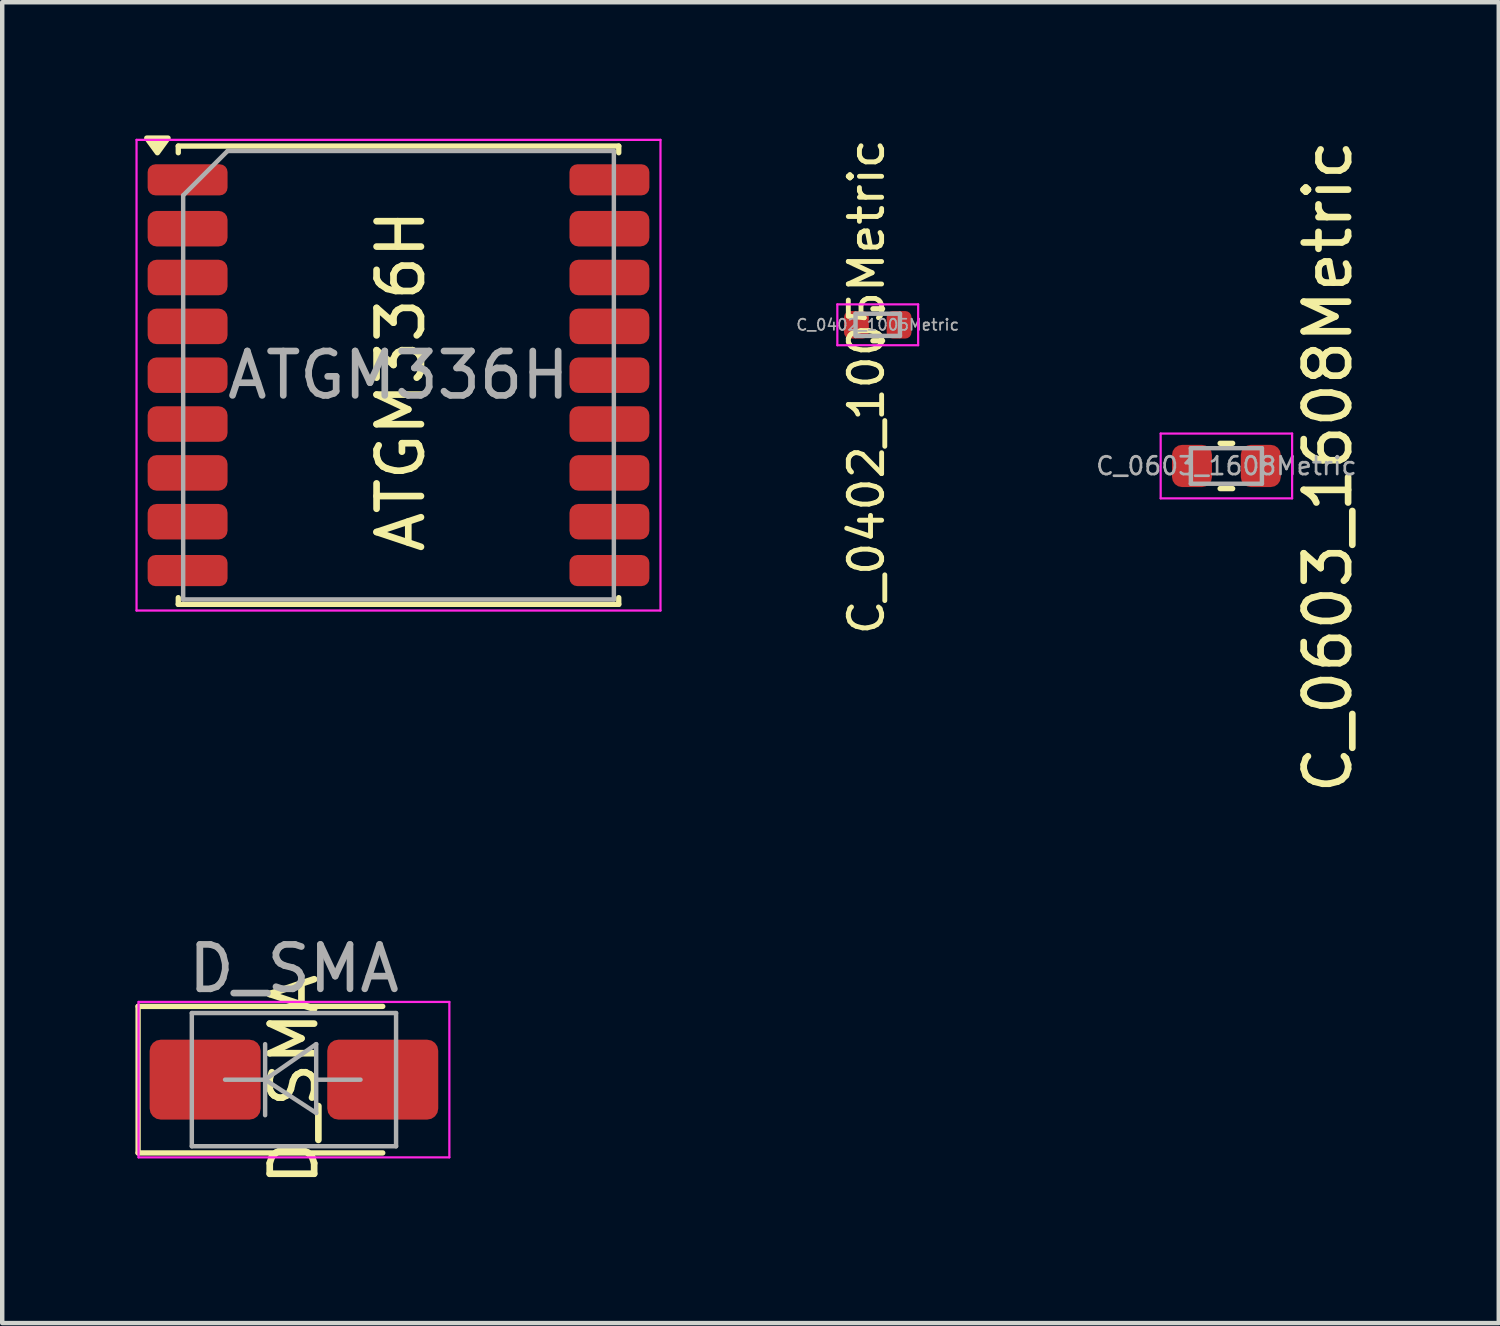
<source format=kicad_pcb>
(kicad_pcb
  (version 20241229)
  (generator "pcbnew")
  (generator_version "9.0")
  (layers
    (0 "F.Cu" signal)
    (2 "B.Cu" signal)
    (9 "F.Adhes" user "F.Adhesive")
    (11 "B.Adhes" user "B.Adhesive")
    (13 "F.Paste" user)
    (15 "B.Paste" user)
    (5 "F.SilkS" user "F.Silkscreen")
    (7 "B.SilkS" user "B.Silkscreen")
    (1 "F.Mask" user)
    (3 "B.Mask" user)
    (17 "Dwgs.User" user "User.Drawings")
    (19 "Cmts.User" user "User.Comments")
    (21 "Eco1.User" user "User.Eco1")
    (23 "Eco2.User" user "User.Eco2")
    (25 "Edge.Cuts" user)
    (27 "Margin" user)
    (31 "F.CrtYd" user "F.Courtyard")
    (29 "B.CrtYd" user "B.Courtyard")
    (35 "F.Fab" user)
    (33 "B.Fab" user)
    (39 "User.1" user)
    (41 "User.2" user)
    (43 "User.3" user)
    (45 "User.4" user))
  (footprint "C_0603_1608Metric"
    (layer "F.Cu")
    (at 24.57 7.444)
    (property "Reference" "C_0603_1608Metric" (at 2.286 0.014 90) (layer "F.SilkS") (effects (font (size 1 1) (thickness 0.15))))
    (attr smd)
    (fp_line (start -0.141 -0.51) (end 0.141 -0.51) (stroke (width 0.12) (type solid)) (layer "F.SilkS"))
    (fp_line (start -0.141 0.51) (end 0.141 0.51) (stroke (width 0.12) (type solid)) (layer "F.SilkS"))
    (fp_line (start -1.48 -0.73) (end 1.48 -0.73) (stroke (width 0.05) (type solid)) (layer "F.CrtYd"))
    (fp_line (start -1.48 0.73) (end -1.48 -0.73) (stroke (width 0.05) (type solid)) (layer "F.CrtYd"))
    (fp_line (start 1.48 -0.73) (end 1.48 0.73) (stroke (width 0.05) (type solid)) (layer "F.CrtYd"))
    (fp_line (start 1.48 0.73) (end -1.48 0.73) (stroke (width 0.05) (type solid)) (layer "F.CrtYd"))
    (fp_line (start -0.8 -0.4) (end 0.8 -0.4) (stroke (width 0.1) (type solid)) (layer "F.Fab"))
    (fp_line (start -0.8 0.4) (end -0.8 -0.4) (stroke (width 0.1) (type solid)) (layer "F.Fab"))
    (fp_line (start 0.8 -0.4) (end 0.8 0.4) (stroke (width 0.1) (type solid)) (layer "F.Fab"))
    (fp_line (start 0.8 0.4) (end -0.8 0.4) (stroke (width 0.1) (type solid)) (layer "F.Fab"))
    (fp_text user "${REFERENCE}" (at 0 0 0) (layer "F.Fab") (effects (font (size 0.4 0.4) (thickness 0.06))))
    (pad "1" smd roundrect (at -0.775 0) (size 0.9 0.95) (layers "F.Cu" "F.Mask" "F.Paste") (roundrect_rratio 0.25))
    (pad "2" smd roundrect (at 0.775 0) (size 0.9 0.95) (layers "F.Cu" "F.Mask" "F.Paste") (roundrect_rratio 0.25)))
  (footprint "C_0402_1005Metric"
    (layer "F.Cu")
    (at 16.718 4.265)
    (property "Reference" "C_0402_1005Metric" (at -0.254 1.397 270) (layer "F.SilkS") (effects (font (size 0.75 0.76) (thickness 0.11))))
    (attr smd)
    (fp_line (start -0.108 -0.36) (end 0.108 -0.36) (stroke (width 0.12) (type solid)) (layer "F.SilkS"))
    (fp_line (start -0.108 0.36) (end 0.108 0.36) (stroke (width 0.12) (type solid)) (layer "F.SilkS"))
    (fp_line (start -0.91 -0.46) (end 0.91 -0.46) (stroke (width 0.05) (type solid)) (layer "F.CrtYd"))
    (fp_line (start -0.91 0.46) (end -0.91 -0.46) (stroke (width 0.05) (type solid)) (layer "F.CrtYd"))
    (fp_line (start 0.91 -0.46) (end 0.91 0.46) (stroke (width 0.05) (type solid)) (layer "F.CrtYd"))
    (fp_line (start 0.91 0.46) (end -0.91 0.46) (stroke (width 0.05) (type solid)) (layer "F.CrtYd"))
    (fp_line (start -0.5 -0.25) (end 0.5 -0.25) (stroke (width 0.1) (type solid)) (layer "F.Fab"))
    (fp_line (start -0.5 0.25) (end -0.5 -0.25) (stroke (width 0.1) (type solid)) (layer "F.Fab"))
    (fp_line (start 0.5 -0.25) (end 0.5 0.25) (stroke (width 0.1) (type solid)) (layer "F.Fab"))
    (fp_line (start 0.5 0.25) (end -0.5 0.25) (stroke (width 0.1) (type solid)) (layer "F.Fab"))
    (fp_text user "${REFERENCE}" (at 0 0 180) (layer "F.Fab") (effects (font (size 0.25 0.25) (thickness 0.04))))
    (pad "1" smd roundrect (at -0.48 0) (size 0.56 0.62) (layers "F.Cu" "F.Mask" "F.Paste") (roundrect_rratio 0.25))
    (pad "2" smd roundrect (at 0.48 0) (size 0.56 0.62) (layers "F.Cu" "F.Mask" "F.Paste") (roundrect_rratio 0.25)))
  (footprint "ATGM336H"
    (layer "F.Cu")
    (at 5.925 5.4)
    (property "Reference" "ATGM336H" (at 0.051 0.127 270) (layer "F.SilkS") (effects (font (size 1 1) (thickness 0.15))))
    (attr smd)
    (fp_line (start -4.96 -5.16) (end -4.96 -5.01) (stroke (width 0.12) (type solid)) (layer "F.SilkS"))
    (fp_line (start -4.96 -5.16) (end 4.96 -5.16) (stroke (width 0.12) (type solid)) (layer "F.SilkS"))
    (fp_line (start -4.96 5.01) (end -4.96 5.16) (stroke (width 0.12) (type solid)) (layer "F.SilkS"))
    (fp_line (start -4.96 5.16) (end 4.96 5.16) (stroke (width 0.12) (type solid)) (layer "F.SilkS"))
    (fp_line (start 4.96 -5.16) (end 4.96 -5.01) (stroke (width 0.12) (type solid)) (layer "F.SilkS"))
    (fp_line (start 4.96 5.01) (end 4.96 5.16) (stroke (width 0.12) (type solid)) (layer "F.SilkS"))
    (fp_poly (pts (xy -5.43 -5.01) (xy -5.67 -5.34) (xy -5.19 -5.34) (xy -5.43 -5.01)) (stroke (width 0.12) (type solid)) (fill yes) (layer "F.SilkS"))
    (fp_line (start -5.9 -5.3) (end -5.9 5.3) (stroke (width 0.05) (type solid)) (layer "F.CrtYd"))
    (fp_line (start -5.9 -5.3) (end 5.9 -5.3) (stroke (width 0.05) (type solid)) (layer "F.CrtYd"))
    (fp_line (start -5.9 5.3) (end 5.9 5.3) (stroke (width 0.05) (type solid)) (layer "F.CrtYd"))
    (fp_line (start 5.9 -5.3) (end 5.9 5.3) (stroke (width 0.05) (type solid)) (layer "F.CrtYd"))
    (fp_line (start -4.85 -4.05) (end -4.85 5.05) (stroke (width 0.1) (type solid)) (layer "F.Fab"))
    (fp_line (start -4.85 5.05) (end 4.85 5.05) (stroke (width 0.1) (type solid)) (layer "F.Fab"))
    (fp_line (start -3.85 -5.05) (end -4.85 -4.05) (stroke (width 0.1) (type solid)) (layer "F.Fab"))
    (fp_line (start -3.85 -5.05) (end 4.85 -5.05) (stroke (width 0.1) (type solid)) (layer "F.Fab"))
    (fp_line (start 4.85 -5.05) (end 4.85 5.05) (stroke (width 0.1) (type solid)) (layer "F.Fab"))
    (fp_text user "${REFERENCE}" (at 0 0 180) (layer "F.Fab") (effects (font (size 1 1) (thickness 0.15))))
    (pad "1" smd roundrect (at -4.75 -4.4) (size 1.8 0.7) (layers "F.Cu" "F.Mask" "F.Paste") (roundrect_rratio 0.25))
    (pad "2" smd roundrect (at -4.75 -3.3) (size 1.8 0.8) (layers "F.Cu" "F.Mask" "F.Paste") (roundrect_rratio 0.25))
    (pad "3" smd roundrect (at -4.75 -2.2) (size 1.8 0.8) (layers "F.Cu" "F.Mask" "F.Paste") (roundrect_rratio 0.25))
    (pad "4" smd roundrect (at -4.75 -1.1) (size 1.8 0.8) (layers "F.Cu" "F.Mask" "F.Paste") (roundrect_rratio 0.25))
    (pad "5" smd roundrect (at -4.75 0) (size 1.8 0.8) (layers "F.Cu" "F.Mask" "F.Paste") (roundrect_rratio 0.25))
    (pad "6" smd roundrect (at -4.75 1.1) (size 1.8 0.8) (layers "F.Cu" "F.Mask" "F.Paste") (roundrect_rratio 0.25))
    (pad "7" smd roundrect (at -4.75 2.2) (size 1.8 0.8) (layers "F.Cu" "F.Mask" "F.Paste") (roundrect_rratio 0.25))
    (pad "8" smd roundrect (at -4.75 3.3) (size 1.8 0.8) (layers "F.Cu" "F.Mask" "F.Paste") (roundrect_rratio 0.25))
    (pad "9" smd roundrect (at -4.75 4.4) (size 1.8 0.7) (layers "F.Cu" "F.Mask" "F.Paste") (roundrect_rratio 0.25))
    (pad "10" smd roundrect (at 4.75 4.4) (size 1.8 0.7) (layers "F.Cu" "F.Mask" "F.Paste") (roundrect_rratio 0.25))
    (pad "11" smd roundrect (at 4.75 3.3) (size 1.8 0.8) (layers "F.Cu" "F.Mask" "F.Paste") (roundrect_rratio 0.25))
    (pad "12" smd roundrect (at 4.75 2.2) (size 1.8 0.8) (layers "F.Cu" "F.Mask" "F.Paste") (roundrect_rratio 0.25))
    (pad "13" smd roundrect (at 4.75 1.1) (size 1.8 0.8) (layers "F.Cu" "F.Mask" "F.Paste") (roundrect_rratio 0.25))
    (pad "14" smd roundrect (at 4.75 0) (size 1.8 0.8) (layers "F.Cu" "F.Mask" "F.Paste") (roundrect_rratio 0.25))
    (pad "15" smd roundrect (at 4.75 -1.1) (size 1.8 0.8) (layers "F.Cu" "F.Mask" "F.Paste") (roundrect_rratio 0.25))
    (pad "16" smd roundrect (at 4.75 -2.2) (size 1.8 0.8) (layers "F.Cu" "F.Mask" "F.Paste") (roundrect_rratio 0.25))
    (pad "17" smd roundrect (at 4.75 -3.3) (size 1.8 0.8) (layers "F.Cu" "F.Mask" "F.Paste") (roundrect_rratio 0.25))
    (pad "18" smd roundrect (at 4.75 -4.4) (size 1.8 0.7) (layers "F.Cu" "F.Mask" "F.Paste") (roundrect_rratio 0.25)))
  (footprint "D_SMA"
    (layer "F.Cu")
    (at 3.57 21.265)
    (property "Reference" "D_SMA" (at 0 0 270) (layer "F.SilkS") (effects (font (size 1 1) (thickness 0.15))))
    (attr smd)
    (fp_line (start -3.51 -1.65) (end -3.51 1.65) (stroke (width 0.12) (type solid)) (layer "F.SilkS"))
    (fp_line (start -3.51 -1.65) (end 2 -1.65) (stroke (width 0.12) (type solid)) (layer "F.SilkS"))
    (fp_line (start -3.51 1.65) (end 2 1.65) (stroke (width 0.12) (type solid)) (layer "F.SilkS"))
    (fp_line (start -3.5 -1.75) (end 3.5 -1.75) (stroke (width 0.05) (type solid)) (layer "F.CrtYd"))
    (fp_line (start -3.5 1.75) (end -3.5 -1.75) (stroke (width 0.05) (type solid)) (layer "F.CrtYd"))
    (fp_line (start 3.5 -1.75) (end 3.5 1.75) (stroke (width 0.05) (type solid)) (layer "F.CrtYd"))
    (fp_line (start 3.5 1.75) (end -3.5 1.75) (stroke (width 0.05) (type solid)) (layer "F.CrtYd"))
    (fp_line (start -2.3 1.5) (end -2.3 -1.5) (stroke (width 0.1) (type solid)) (layer "F.Fab"))
    (fp_line (start -0.649 -0.799) (end -0.649 0.801) (stroke (width 0.1) (type solid)) (layer "F.Fab"))
    (fp_line (start -0.649 0.001) (end -1.551 0.001) (stroke (width 0.1) (type solid)) (layer "F.Fab"))
    (fp_line (start -0.649 0.001) (end 0.501 -0.799) (stroke (width 0.1) (type solid)) (layer "F.Fab"))
    (fp_line (start -0.649 0.001) (end 0.501 0.75) (stroke (width 0.1) (type solid)) (layer "F.Fab"))
    (fp_line (start 0.501 0.001) (end 1.499 0.001) (stroke (width 0.1) (type solid)) (layer "F.Fab"))
    (fp_line (start 0.501 0.75) (end 0.501 -0.799) (stroke (width 0.1) (type solid)) (layer "F.Fab"))
    (fp_line (start 2.3 -1.5) (end -2.3 -1.5) (stroke (width 0.1) (type solid)) (layer "F.Fab"))
    (fp_line (start 2.3 -1.5) (end 2.3 1.5) (stroke (width 0.1) (type solid)) (layer "F.Fab"))
    (fp_line (start 2.3 1.5) (end -2.3 1.5) (stroke (width 0.1) (type solid)) (layer "F.Fab"))
    (fp_text user "${REFERENCE}" (at 0 -2.5 180) (layer "F.Fab") (effects (font (size 1 1) (thickness 0.15))))
    (pad "1" smd roundrect (at -2 0) (size 2.5 1.8) (layers "F.Cu" "F.Mask" "F.Paste") (roundrect_rratio 0.139))
    (pad "2" smd roundrect (at 2 0) (size 2.5 1.8) (layers "F.Cu" "F.Mask" "F.Paste") (roundrect_rratio 0.139)))
  (gr_rect
    (start -3 -3)
    (end 30.704 26.747)
    (stroke (width 0.1) (type default))
    (fill no)
    (layer "Edge.Cuts")))
</source>
